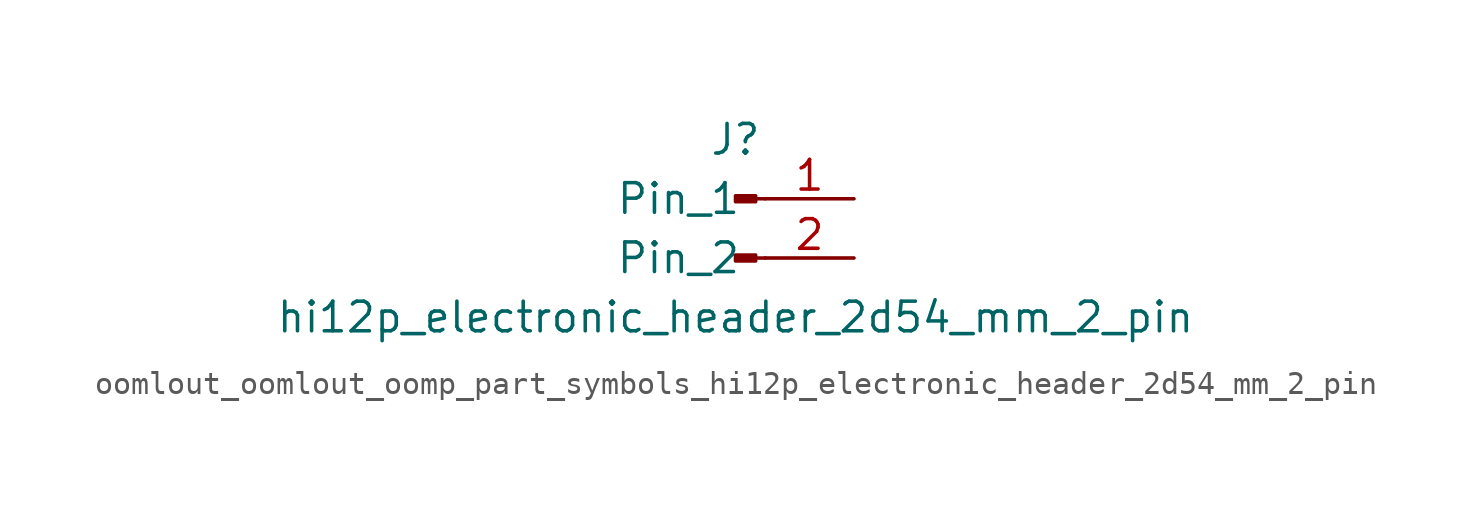
<source format=kicad_sym>
(kicad_symbol_lib
  (version 20220914)
  (generator kicad_symbol_editor)
  (symbol "oomlout_oomlout_oomp_part_symbols_hi12p_electronic_header_2d54_mm_2_pin"
    (pin_names
      (offset 1.016))
    (property "Reference" "J"
      (at 0 2.54 0)
      (effects (font (size 1.27 1.27))))
    (property "Value" "hi12p_electronic_header_2d54_mm_2_pin"
      (at 0 -5.08 0)
      (effects (font (size 1.27 1.27))))
    (property "ki_locked" ""
      (at 0 0 0)
      (effects (font (size 1.27 1.27))))
    (symbol "oomlout_oomlout_oomp_part_symbols_hi12p_electronic_header_2d54_mm_2_pin_1_1"
      (polyline (pts (xy 1.27 -2.54) (xy 0.864 -2.54)) (stroke (width 0.152) (type default)) (fill (type none)))
      (polyline (pts (xy 1.27 0) (xy 0.864 0)) (stroke (width 0.152) (type default)) (fill (type none)))
      (rectangle (start 0.864 -2.413) (end 0 -2.667) (stroke (width 0.152) (type default)) (fill (type outline)))
      (rectangle (start 0.864 0.127) (end 0 -0.127) (stroke (width 0.152) (type default)) (fill (type outline)))
      (pin passive line (at 5.08 0 180) (length 3.81) (name "Pin_1" (effects (font (size 1.27 1.27)))) (number "1" (effects (font (size 1.27 1.27)))))
      (pin passive line (at 5.08 -2.54 180) (length 3.81) (name "Pin_2" (effects (font (size 1.27 1.27)))) (number "2" (effects (font (size 1.27 1.27))))))))
</source>
